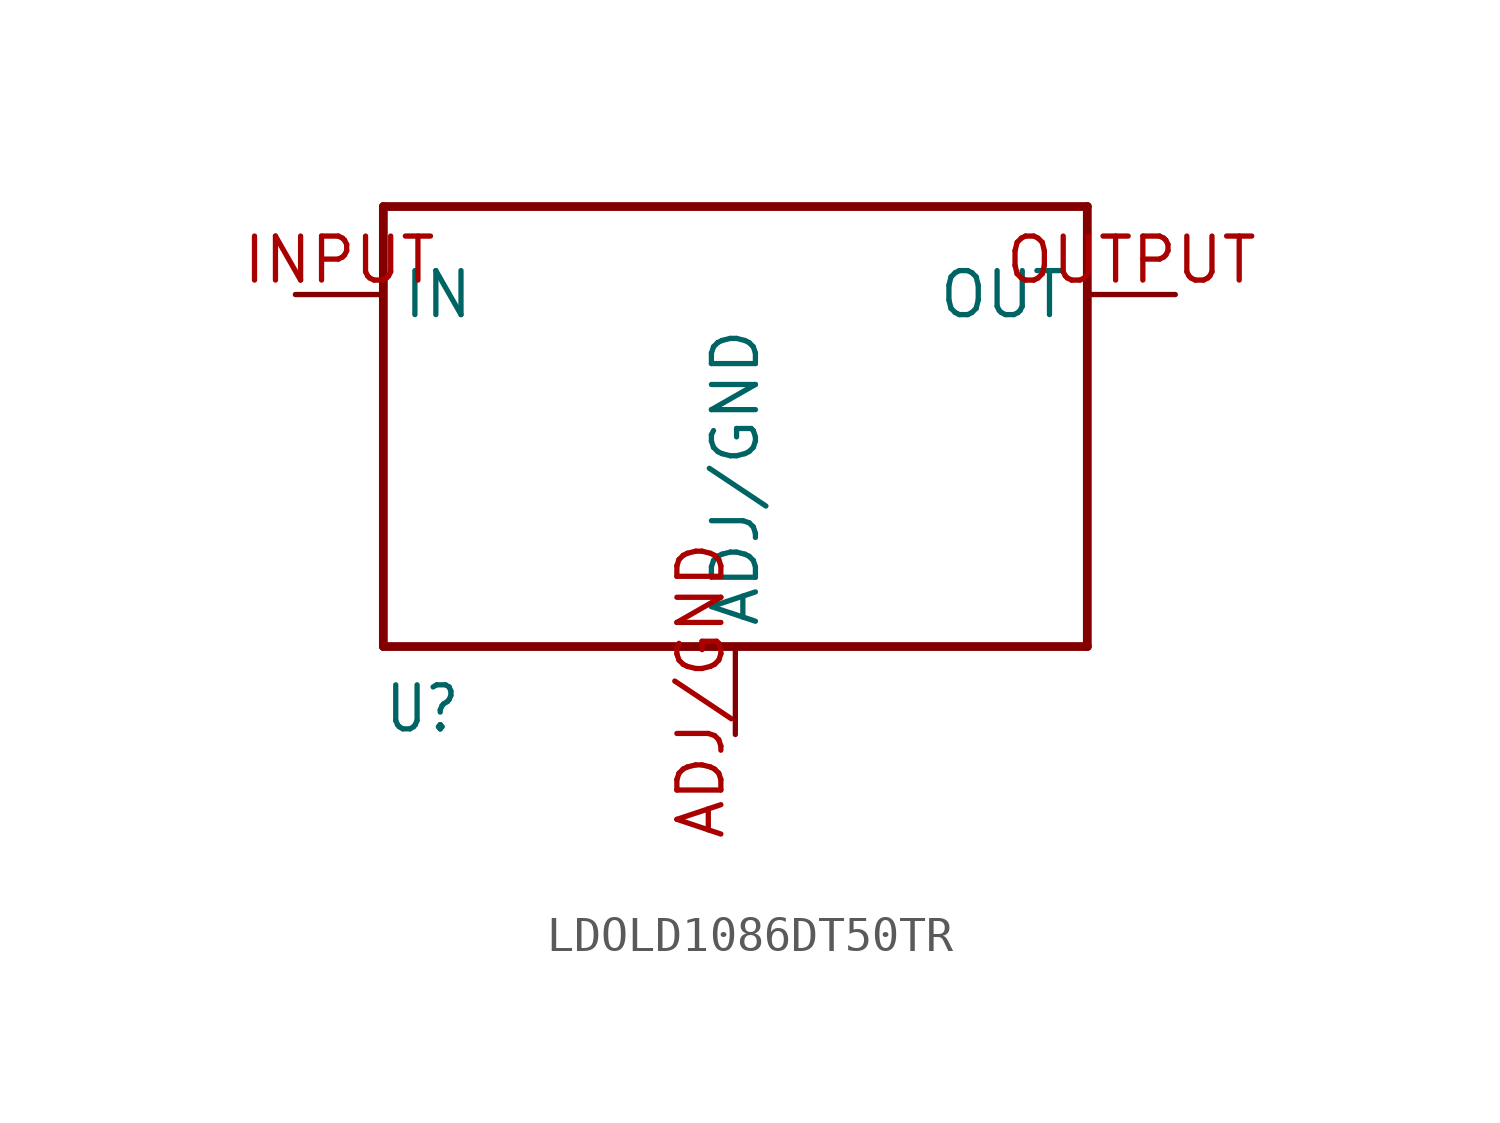
<source format=kicad_sym>
(kicad_symbol_lib
  (version 20220914)
  (generator kicad_symbol_editor)
  (symbol "LDOLD1086DT50TR"
    (property "Reference" "U"
      (at -10.16 -10.16 0)
      (effects (font (size 1.27 1.079)) (justify left bottom)))
    (property "ki_locked" ""
      (at 0 0 0)
      (effects (font (size 1.27 1.27))))
    (symbol "LDOLD1086DT50TR_1_0"
      (polyline (pts (xy -10.16 -7.62) (xy -10.16 5.08)) (stroke (width 0.254) (type solid)) (fill (type none)))
      (polyline (pts (xy -10.16 5.08) (xy 10.16 5.08)) (stroke (width 0.254) (type solid)) (fill (type none)))
      (polyline (pts (xy 10.16 -7.62) (xy -10.16 -7.62)) (stroke (width 0.254) (type solid)) (fill (type none)))
      (polyline (pts (xy 10.16 5.08) (xy 10.16 -7.62)) (stroke (width 0.254) (type solid)) (fill (type none)))
      (pin bidirectional line (at 0 -10.16 90) (length 2.54) (name "ADJ/GND" (effects (font (size 1.27 1.27)))) (number "ADJ/GND" (effects (font (size 1.27 1.27)))))
      (pin bidirectional line (at -12.7 2.54 0) (length 2.54) (name "IN" (effects (font (size 1.27 1.27)))) (number "INPUT" (effects (font (size 1.27 1.27)))))
      (pin bidirectional line (at 12.7 2.54 180) (length 2.54) (name "OUT" (effects (font (size 1.27 1.27)))) (number "OUTPUT" (effects (font (size 1.27 1.27))))))))
</source>
